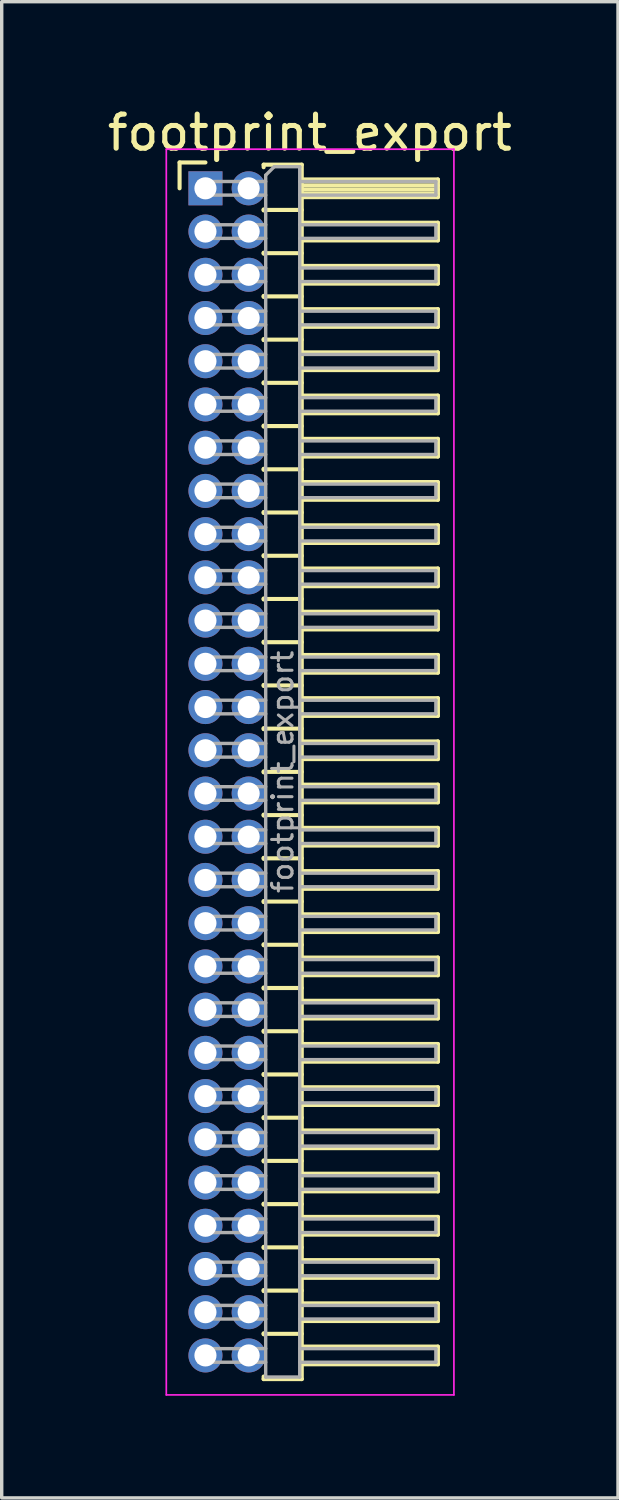
<source format=kicad_pcb>
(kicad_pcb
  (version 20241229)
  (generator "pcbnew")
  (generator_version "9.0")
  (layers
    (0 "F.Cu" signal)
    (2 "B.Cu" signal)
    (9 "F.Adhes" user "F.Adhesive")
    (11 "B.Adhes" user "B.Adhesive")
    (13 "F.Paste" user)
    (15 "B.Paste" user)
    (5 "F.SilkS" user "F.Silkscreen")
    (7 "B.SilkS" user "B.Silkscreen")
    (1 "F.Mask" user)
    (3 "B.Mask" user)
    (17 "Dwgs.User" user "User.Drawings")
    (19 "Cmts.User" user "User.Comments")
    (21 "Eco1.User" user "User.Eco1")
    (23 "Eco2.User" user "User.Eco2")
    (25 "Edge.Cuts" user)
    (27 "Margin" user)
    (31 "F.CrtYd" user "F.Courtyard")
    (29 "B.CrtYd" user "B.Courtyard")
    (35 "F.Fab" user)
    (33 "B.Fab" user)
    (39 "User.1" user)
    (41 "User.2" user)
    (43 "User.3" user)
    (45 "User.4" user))
  (footprint "footprint_export"
    (layer "F.Cu")
    (at 2.986 2.483)
    (property "Reference" "footprint_export" (at 3.067 -1.635 0) (layer "F.SilkS") (effects (font (size 1 1) (thickness 0.15))))
    (attr through_hole)
    (fp_line (start -0.76 -0.76) (end 0 -0.76) (stroke (width 0.12) (type solid)) (layer "F.SilkS"))
    (fp_line (start -0.76 0) (end -0.76 -0.76) (stroke (width 0.12) (type solid)) (layer "F.SilkS"))
    (fp_line (start 1.71 -0.695) (end 2.83 -0.695) (stroke (width 0.12) (type solid)) (layer "F.SilkS"))
    (fp_line (start 1.71 -0.62) (end 1.71 -0.695) (stroke (width 0.12) (type solid)) (layer "F.SilkS"))
    (fp_line (start 1.71 0.62) (end 1.71 0.65) (stroke (width 0.12) (type solid)) (layer "F.SilkS"))
    (fp_line (start 1.71 0.635) (end 2.83 0.635) (stroke (width 0.12) (type solid)) (layer "F.SilkS"))
    (fp_line (start 1.71 1.89) (end 1.71 1.92) (stroke (width 0.12) (type solid)) (layer "F.SilkS"))
    (fp_line (start 1.71 1.905) (end 2.83 1.905) (stroke (width 0.12) (type solid)) (layer "F.SilkS"))
    (fp_line (start 1.71 3.16) (end 1.71 3.19) (stroke (width 0.12) (type solid)) (layer "F.SilkS"))
    (fp_line (start 1.71 3.175) (end 2.83 3.175) (stroke (width 0.12) (type solid)) (layer "F.SilkS"))
    (fp_line (start 1.71 4.43) (end 1.71 4.46) (stroke (width 0.12) (type solid)) (layer "F.SilkS"))
    (fp_line (start 1.71 4.445) (end 2.83 4.445) (stroke (width 0.12) (type solid)) (layer "F.SilkS"))
    (fp_line (start 1.71 5.7) (end 1.71 5.73) (stroke (width 0.12) (type solid)) (layer "F.SilkS"))
    (fp_line (start 1.71 5.715) (end 2.83 5.715) (stroke (width 0.12) (type solid)) (layer "F.SilkS"))
    (fp_line (start 1.71 6.97) (end 1.71 7) (stroke (width 0.12) (type solid)) (layer "F.SilkS"))
    (fp_line (start 1.71 6.985) (end 2.83 6.985) (stroke (width 0.12) (type solid)) (layer "F.SilkS"))
    (fp_line (start 1.71 8.24) (end 1.71 8.27) (stroke (width 0.12) (type solid)) (layer "F.SilkS"))
    (fp_line (start 1.71 8.255) (end 2.83 8.255) (stroke (width 0.12) (type solid)) (layer "F.SilkS"))
    (fp_line (start 1.71 9.51) (end 1.71 9.54) (stroke (width 0.12) (type solid)) (layer "F.SilkS"))
    (fp_line (start 1.71 9.525) (end 2.83 9.525) (stroke (width 0.12) (type solid)) (layer "F.SilkS"))
    (fp_line (start 1.71 10.78) (end 1.71 10.81) (stroke (width 0.12) (type solid)) (layer "F.SilkS"))
    (fp_line (start 1.71 10.795) (end 2.83 10.795) (stroke (width 0.12) (type solid)) (layer "F.SilkS"))
    (fp_line (start 1.71 12.05) (end 1.71 12.08) (stroke (width 0.12) (type solid)) (layer "F.SilkS"))
    (fp_line (start 1.71 12.065) (end 2.83 12.065) (stroke (width 0.12) (type solid)) (layer "F.SilkS"))
    (fp_line (start 1.71 13.32) (end 1.71 13.35) (stroke (width 0.12) (type solid)) (layer "F.SilkS"))
    (fp_line (start 1.71 13.335) (end 2.83 13.335) (stroke (width 0.12) (type solid)) (layer "F.SilkS"))
    (fp_line (start 1.71 14.59) (end 1.71 14.62) (stroke (width 0.12) (type solid)) (layer "F.SilkS"))
    (fp_line (start 1.71 14.605) (end 2.83 14.605) (stroke (width 0.12) (type solid)) (layer "F.SilkS"))
    (fp_line (start 1.71 15.86) (end 1.71 15.89) (stroke (width 0.12) (type solid)) (layer "F.SilkS"))
    (fp_line (start 1.71 15.875) (end 2.83 15.875) (stroke (width 0.12) (type solid)) (layer "F.SilkS"))
    (fp_line (start 1.71 17.13) (end 1.71 17.16) (stroke (width 0.12) (type solid)) (layer "F.SilkS"))
    (fp_line (start 1.71 17.145) (end 2.83 17.145) (stroke (width 0.12) (type solid)) (layer "F.SilkS"))
    (fp_line (start 1.71 18.4) (end 1.71 18.43) (stroke (width 0.12) (type solid)) (layer "F.SilkS"))
    (fp_line (start 1.71 18.415) (end 2.83 18.415) (stroke (width 0.12) (type solid)) (layer "F.SilkS"))
    (fp_line (start 1.71 19.67) (end 1.71 19.7) (stroke (width 0.12) (type solid)) (layer "F.SilkS"))
    (fp_line (start 1.71 19.685) (end 2.83 19.685) (stroke (width 0.12) (type solid)) (layer "F.SilkS"))
    (fp_line (start 1.71 20.94) (end 1.71 20.97) (stroke (width 0.12) (type solid)) (layer "F.SilkS"))
    (fp_line (start 1.71 20.955) (end 2.83 20.955) (stroke (width 0.12) (type solid)) (layer "F.SilkS"))
    (fp_line (start 1.71 22.21) (end 1.71 22.24) (stroke (width 0.12) (type solid)) (layer "F.SilkS"))
    (fp_line (start 1.71 22.225) (end 2.83 22.225) (stroke (width 0.12) (type solid)) (layer "F.SilkS"))
    (fp_line (start 1.71 23.48) (end 1.71 23.51) (stroke (width 0.12) (type solid)) (layer "F.SilkS"))
    (fp_line (start 1.71 23.495) (end 2.83 23.495) (stroke (width 0.12) (type solid)) (layer "F.SilkS"))
    (fp_line (start 1.71 24.75) (end 1.71 24.78) (stroke (width 0.12) (type solid)) (layer "F.SilkS"))
    (fp_line (start 1.71 24.765) (end 2.83 24.765) (stroke (width 0.12) (type solid)) (layer "F.SilkS"))
    (fp_line (start 1.71 26.02) (end 1.71 26.05) (stroke (width 0.12) (type solid)) (layer "F.SilkS"))
    (fp_line (start 1.71 26.035) (end 2.83 26.035) (stroke (width 0.12) (type solid)) (layer "F.SilkS"))
    (fp_line (start 1.71 27.29) (end 1.71 27.32) (stroke (width 0.12) (type solid)) (layer "F.SilkS"))
    (fp_line (start 1.71 27.305) (end 2.83 27.305) (stroke (width 0.12) (type solid)) (layer "F.SilkS"))
    (fp_line (start 1.71 28.56) (end 1.71 28.59) (stroke (width 0.12) (type solid)) (layer "F.SilkS"))
    (fp_line (start 1.71 28.575) (end 2.83 28.575) (stroke (width 0.12) (type solid)) (layer "F.SilkS"))
    (fp_line (start 1.71 29.83) (end 1.71 29.86) (stroke (width 0.12) (type solid)) (layer "F.SilkS"))
    (fp_line (start 1.71 29.845) (end 2.83 29.845) (stroke (width 0.12) (type solid)) (layer "F.SilkS"))
    (fp_line (start 1.71 31.1) (end 1.71 31.13) (stroke (width 0.12) (type solid)) (layer "F.SilkS"))
    (fp_line (start 1.71 31.115) (end 2.83 31.115) (stroke (width 0.12) (type solid)) (layer "F.SilkS"))
    (fp_line (start 1.71 32.37) (end 1.71 32.4) (stroke (width 0.12) (type solid)) (layer "F.SilkS"))
    (fp_line (start 1.71 32.385) (end 2.83 32.385) (stroke (width 0.12) (type solid)) (layer "F.SilkS"))
    (fp_line (start 1.71 33.64) (end 1.71 33.67) (stroke (width 0.12) (type solid)) (layer "F.SilkS"))
    (fp_line (start 1.71 33.655) (end 2.83 33.655) (stroke (width 0.12) (type solid)) (layer "F.SilkS"))
    (fp_line (start 1.71 34.985) (end 1.71 34.91) (stroke (width 0.12) (type solid)) (layer "F.SilkS"))
    (fp_line (start 2.83 -0.695) (end 2.83 34.985) (stroke (width 0.12) (type solid)) (layer "F.SilkS"))
    (fp_line (start 2.83 -0.26) (end 6.83 -0.26) (stroke (width 0.12) (type solid)) (layer "F.SilkS"))
    (fp_line (start 2.83 -0.2) (end 6.83 -0.2) (stroke (width 0.12) (type solid)) (layer "F.SilkS"))
    (fp_line (start 2.83 -0.08) (end 6.83 -0.08) (stroke (width 0.12) (type solid)) (layer "F.SilkS"))
    (fp_line (start 2.83 0.04) (end 6.83 0.04) (stroke (width 0.12) (type solid)) (layer "F.SilkS"))
    (fp_line (start 2.83 0.16) (end 6.83 0.16) (stroke (width 0.12) (type solid)) (layer "F.SilkS"))
    (fp_line (start 2.83 1.01) (end 6.83 1.01) (stroke (width 0.12) (type solid)) (layer "F.SilkS"))
    (fp_line (start 2.83 2.28) (end 6.83 2.28) (stroke (width 0.12) (type solid)) (layer "F.SilkS"))
    (fp_line (start 2.83 3.55) (end 6.83 3.55) (stroke (width 0.12) (type solid)) (layer "F.SilkS"))
    (fp_line (start 2.83 4.82) (end 6.83 4.82) (stroke (width 0.12) (type solid)) (layer "F.SilkS"))
    (fp_line (start 2.83 6.09) (end 6.83 6.09) (stroke (width 0.12) (type solid)) (layer "F.SilkS"))
    (fp_line (start 2.83 7.36) (end 6.83 7.36) (stroke (width 0.12) (type solid)) (layer "F.SilkS"))
    (fp_line (start 2.83 8.63) (end 6.83 8.63) (stroke (width 0.12) (type solid)) (layer "F.SilkS"))
    (fp_line (start 2.83 9.9) (end 6.83 9.9) (stroke (width 0.12) (type solid)) (layer "F.SilkS"))
    (fp_line (start 2.83 11.17) (end 6.83 11.17) (stroke (width 0.12) (type solid)) (layer "F.SilkS"))
    (fp_line (start 2.83 12.44) (end 6.83 12.44) (stroke (width 0.12) (type solid)) (layer "F.SilkS"))
    (fp_line (start 2.83 13.71) (end 6.83 13.71) (stroke (width 0.12) (type solid)) (layer "F.SilkS"))
    (fp_line (start 2.83 14.98) (end 6.83 14.98) (stroke (width 0.12) (type solid)) (layer "F.SilkS"))
    (fp_line (start 2.83 16.25) (end 6.83 16.25) (stroke (width 0.12) (type solid)) (layer "F.SilkS"))
    (fp_line (start 2.83 17.52) (end 6.83 17.52) (stroke (width 0.12) (type solid)) (layer "F.SilkS"))
    (fp_line (start 2.83 18.79) (end 6.83 18.79) (stroke (width 0.12) (type solid)) (layer "F.SilkS"))
    (fp_line (start 2.83 20.06) (end 6.83 20.06) (stroke (width 0.12) (type solid)) (layer "F.SilkS"))
    (fp_line (start 2.83 21.33) (end 6.83 21.33) (stroke (width 0.12) (type solid)) (layer "F.SilkS"))
    (fp_line (start 2.83 22.6) (end 6.83 22.6) (stroke (width 0.12) (type solid)) (layer "F.SilkS"))
    (fp_line (start 2.83 23.87) (end 6.83 23.87) (stroke (width 0.12) (type solid)) (layer "F.SilkS"))
    (fp_line (start 2.83 25.14) (end 6.83 25.14) (stroke (width 0.12) (type solid)) (layer "F.SilkS"))
    (fp_line (start 2.83 26.41) (end 6.83 26.41) (stroke (width 0.12) (type solid)) (layer "F.SilkS"))
    (fp_line (start 2.83 27.68) (end 6.83 27.68) (stroke (width 0.12) (type solid)) (layer "F.SilkS"))
    (fp_line (start 2.83 28.95) (end 6.83 28.95) (stroke (width 0.12) (type solid)) (layer "F.SilkS"))
    (fp_line (start 2.83 30.22) (end 6.83 30.22) (stroke (width 0.12) (type solid)) (layer "F.SilkS"))
    (fp_line (start 2.83 31.49) (end 6.83 31.49) (stroke (width 0.12) (type solid)) (layer "F.SilkS"))
    (fp_line (start 2.83 32.76) (end 6.83 32.76) (stroke (width 0.12) (type solid)) (layer "F.SilkS"))
    (fp_line (start 2.83 34.03) (end 6.83 34.03) (stroke (width 0.12) (type solid)) (layer "F.SilkS"))
    (fp_line (start 2.83 34.985) (end 1.71 34.985) (stroke (width 0.12) (type solid)) (layer "F.SilkS"))
    (fp_line (start 6.83 -0.26) (end 6.83 0.26) (stroke (width 0.12) (type solid)) (layer "F.SilkS"))
    (fp_line (start 6.83 0.26) (end 2.83 0.26) (stroke (width 0.12) (type solid)) (layer "F.SilkS"))
    (fp_line (start 6.83 1.01) (end 6.83 1.53) (stroke (width 0.12) (type solid)) (layer "F.SilkS"))
    (fp_line (start 6.83 1.53) (end 2.83 1.53) (stroke (width 0.12) (type solid)) (layer "F.SilkS"))
    (fp_line (start 6.83 2.28) (end 6.83 2.8) (stroke (width 0.12) (type solid)) (layer "F.SilkS"))
    (fp_line (start 6.83 2.8) (end 2.83 2.8) (stroke (width 0.12) (type solid)) (layer "F.SilkS"))
    (fp_line (start 6.83 3.55) (end 6.83 4.07) (stroke (width 0.12) (type solid)) (layer "F.SilkS"))
    (fp_line (start 6.83 4.07) (end 2.83 4.07) (stroke (width 0.12) (type solid)) (layer "F.SilkS"))
    (fp_line (start 6.83 4.82) (end 6.83 5.34) (stroke (width 0.12) (type solid)) (layer "F.SilkS"))
    (fp_line (start 6.83 5.34) (end 2.83 5.34) (stroke (width 0.12) (type solid)) (layer "F.SilkS"))
    (fp_line (start 6.83 6.09) (end 6.83 6.61) (stroke (width 0.12) (type solid)) (layer "F.SilkS"))
    (fp_line (start 6.83 6.61) (end 2.83 6.61) (stroke (width 0.12) (type solid)) (layer "F.SilkS"))
    (fp_line (start 6.83 7.36) (end 6.83 7.88) (stroke (width 0.12) (type solid)) (layer "F.SilkS"))
    (fp_line (start 6.83 7.88) (end 2.83 7.88) (stroke (width 0.12) (type solid)) (layer "F.SilkS"))
    (fp_line (start 6.83 8.63) (end 6.83 9.15) (stroke (width 0.12) (type solid)) (layer "F.SilkS"))
    (fp_line (start 6.83 9.15) (end 2.83 9.15) (stroke (width 0.12) (type solid)) (layer "F.SilkS"))
    (fp_line (start 6.83 9.9) (end 6.83 10.42) (stroke (width 0.12) (type solid)) (layer "F.SilkS"))
    (fp_line (start 6.83 10.42) (end 2.83 10.42) (stroke (width 0.12) (type solid)) (layer "F.SilkS"))
    (fp_line (start 6.83 11.17) (end 6.83 11.69) (stroke (width 0.12) (type solid)) (layer "F.SilkS"))
    (fp_line (start 6.83 11.69) (end 2.83 11.69) (stroke (width 0.12) (type solid)) (layer "F.SilkS"))
    (fp_line (start 6.83 12.44) (end 6.83 12.96) (stroke (width 0.12) (type solid)) (layer "F.SilkS"))
    (fp_line (start 6.83 12.96) (end 2.83 12.96) (stroke (width 0.12) (type solid)) (layer "F.SilkS"))
    (fp_line (start 6.83 13.71) (end 6.83 14.23) (stroke (width 0.12) (type solid)) (layer "F.SilkS"))
    (fp_line (start 6.83 14.23) (end 2.83 14.23) (stroke (width 0.12) (type solid)) (layer "F.SilkS"))
    (fp_line (start 6.83 14.98) (end 6.83 15.5) (stroke (width 0.12) (type solid)) (layer "F.SilkS"))
    (fp_line (start 6.83 15.5) (end 2.83 15.5) (stroke (width 0.12) (type solid)) (layer "F.SilkS"))
    (fp_line (start 6.83 16.25) (end 6.83 16.77) (stroke (width 0.12) (type solid)) (layer "F.SilkS"))
    (fp_line (start 6.83 16.77) (end 2.83 16.77) (stroke (width 0.12) (type solid)) (layer "F.SilkS"))
    (fp_line (start 6.83 17.52) (end 6.83 18.04) (stroke (width 0.12) (type solid)) (layer "F.SilkS"))
    (fp_line (start 6.83 18.04) (end 2.83 18.04) (stroke (width 0.12) (type solid)) (layer "F.SilkS"))
    (fp_line (start 6.83 18.79) (end 6.83 19.31) (stroke (width 0.12) (type solid)) (layer "F.SilkS"))
    (fp_line (start 6.83 19.31) (end 2.83 19.31) (stroke (width 0.12) (type solid)) (layer "F.SilkS"))
    (fp_line (start 6.83 20.06) (end 6.83 20.58) (stroke (width 0.12) (type solid)) (layer "F.SilkS"))
    (fp_line (start 6.83 20.58) (end 2.83 20.58) (stroke (width 0.12) (type solid)) (layer "F.SilkS"))
    (fp_line (start 6.83 21.33) (end 6.83 21.85) (stroke (width 0.12) (type solid)) (layer "F.SilkS"))
    (fp_line (start 6.83 21.85) (end 2.83 21.85) (stroke (width 0.12) (type solid)) (layer "F.SilkS"))
    (fp_line (start 6.83 22.6) (end 6.83 23.12) (stroke (width 0.12) (type solid)) (layer "F.SilkS"))
    (fp_line (start 6.83 23.12) (end 2.83 23.12) (stroke (width 0.12) (type solid)) (layer "F.SilkS"))
    (fp_line (start 6.83 23.87) (end 6.83 24.39) (stroke (width 0.12) (type solid)) (layer "F.SilkS"))
    (fp_line (start 6.83 24.39) (end 2.83 24.39) (stroke (width 0.12) (type solid)) (layer "F.SilkS"))
    (fp_line (start 6.83 25.14) (end 6.83 25.66) (stroke (width 0.12) (type solid)) (layer "F.SilkS"))
    (fp_line (start 6.83 25.66) (end 2.83 25.66) (stroke (width 0.12) (type solid)) (layer "F.SilkS"))
    (fp_line (start 6.83 26.41) (end 6.83 26.93) (stroke (width 0.12) (type solid)) (layer "F.SilkS"))
    (fp_line (start 6.83 26.93) (end 2.83 26.93) (stroke (width 0.12) (type solid)) (layer "F.SilkS"))
    (fp_line (start 6.83 27.68) (end 6.83 28.2) (stroke (width 0.12) (type solid)) (layer "F.SilkS"))
    (fp_line (start 6.83 28.2) (end 2.83 28.2) (stroke (width 0.12) (type solid)) (layer "F.SilkS"))
    (fp_line (start 6.83 28.95) (end 6.83 29.47) (stroke (width 0.12) (type solid)) (layer "F.SilkS"))
    (fp_line (start 6.83 29.47) (end 2.83 29.47) (stroke (width 0.12) (type solid)) (layer "F.SilkS"))
    (fp_line (start 6.83 30.22) (end 6.83 30.74) (stroke (width 0.12) (type solid)) (layer "F.SilkS"))
    (fp_line (start 6.83 30.74) (end 2.83 30.74) (stroke (width 0.12) (type solid)) (layer "F.SilkS"))
    (fp_line (start 6.83 31.49) (end 6.83 32.01) (stroke (width 0.12) (type solid)) (layer "F.SilkS"))
    (fp_line (start 6.83 32.01) (end 2.83 32.01) (stroke (width 0.12) (type solid)) (layer "F.SilkS"))
    (fp_line (start 6.83 32.76) (end 6.83 33.28) (stroke (width 0.12) (type solid)) (layer "F.SilkS"))
    (fp_line (start 6.83 33.28) (end 2.83 33.28) (stroke (width 0.12) (type solid)) (layer "F.SilkS"))
    (fp_line (start 6.83 34.03) (end 6.83 34.55) (stroke (width 0.12) (type solid)) (layer "F.SilkS"))
    (fp_line (start 6.83 34.55) (end 2.83 34.55) (stroke (width 0.12) (type solid)) (layer "F.SilkS"))
    (fp_line (start -1.15 -1.15) (end -1.15 35.45) (stroke (width 0.05) (type solid)) (layer "F.CrtYd"))
    (fp_line (start -1.15 35.45) (end 7.3 35.45) (stroke (width 0.05) (type solid)) (layer "F.CrtYd"))
    (fp_line (start 7.3 -1.15) (end -1.15 -1.15) (stroke (width 0.05) (type solid)) (layer "F.CrtYd"))
    (fp_line (start 7.3 35.45) (end 7.3 -1.15) (stroke (width 0.05) (type solid)) (layer "F.CrtYd"))
    (fp_line (start -0.2 -0.2) (end -0.2 0.2) (stroke (width 0.1) (type solid)) (layer "F.Fab"))
    (fp_line (start -0.2 -0.2) (end 1.77 -0.2) (stroke (width 0.1) (type solid)) (layer "F.Fab"))
    (fp_line (start -0.2 0.2) (end 1.77 0.2) (stroke (width 0.1) (type solid)) (layer "F.Fab"))
    (fp_line (start -0.2 1.07) (end -0.2 1.47) (stroke (width 0.1) (type solid)) (layer "F.Fab"))
    (fp_line (start -0.2 1.07) (end 1.77 1.07) (stroke (width 0.1) (type solid)) (layer "F.Fab"))
    (fp_line (start -0.2 1.47) (end 1.77 1.47) (stroke (width 0.1) (type solid)) (layer "F.Fab"))
    (fp_line (start -0.2 2.34) (end -0.2 2.74) (stroke (width 0.1) (type solid)) (layer "F.Fab"))
    (fp_line (start -0.2 2.34) (end 1.77 2.34) (stroke (width 0.1) (type solid)) (layer "F.Fab"))
    (fp_line (start -0.2 2.74) (end 1.77 2.74) (stroke (width 0.1) (type solid)) (layer "F.Fab"))
    (fp_line (start -0.2 3.61) (end -0.2 4.01) (stroke (width 0.1) (type solid)) (layer "F.Fab"))
    (fp_line (start -0.2 3.61) (end 1.77 3.61) (stroke (width 0.1) (type solid)) (layer "F.Fab"))
    (fp_line (start -0.2 4.01) (end 1.77 4.01) (stroke (width 0.1) (type solid)) (layer "F.Fab"))
    (fp_line (start -0.2 4.88) (end -0.2 5.28) (stroke (width 0.1) (type solid)) (layer "F.Fab"))
    (fp_line (start -0.2 4.88) (end 1.77 4.88) (stroke (width 0.1) (type solid)) (layer "F.Fab"))
    (fp_line (start -0.2 5.28) (end 1.77 5.28) (stroke (width 0.1) (type solid)) (layer "F.Fab"))
    (fp_line (start -0.2 6.15) (end -0.2 6.55) (stroke (width 0.1) (type solid)) (layer "F.Fab"))
    (fp_line (start -0.2 6.15) (end 1.77 6.15) (stroke (width 0.1) (type solid)) (layer "F.Fab"))
    (fp_line (start -0.2 6.55) (end 1.77 6.55) (stroke (width 0.1) (type solid)) (layer "F.Fab"))
    (fp_line (start -0.2 7.42) (end -0.2 7.82) (stroke (width 0.1) (type solid)) (layer "F.Fab"))
    (fp_line (start -0.2 7.42) (end 1.77 7.42) (stroke (width 0.1) (type solid)) (layer "F.Fab"))
    (fp_line (start -0.2 7.82) (end 1.77 7.82) (stroke (width 0.1) (type solid)) (layer "F.Fab"))
    (fp_line (start -0.2 8.69) (end -0.2 9.09) (stroke (width 0.1) (type solid)) (layer "F.Fab"))
    (fp_line (start -0.2 8.69) (end 1.77 8.69) (stroke (width 0.1) (type solid)) (layer "F.Fab"))
    (fp_line (start -0.2 9.09) (end 1.77 9.09) (stroke (width 0.1) (type solid)) (layer "F.Fab"))
    (fp_line (start -0.2 9.96) (end -0.2 10.36) (stroke (width 0.1) (type solid)) (layer "F.Fab"))
    (fp_line (start -0.2 9.96) (end 1.77 9.96) (stroke (width 0.1) (type solid)) (layer "F.Fab"))
    (fp_line (start -0.2 10.36) (end 1.77 10.36) (stroke (width 0.1) (type solid)) (layer "F.Fab"))
    (fp_line (start -0.2 11.23) (end -0.2 11.63) (stroke (width 0.1) (type solid)) (layer "F.Fab"))
    (fp_line (start -0.2 11.23) (end 1.77 11.23) (stroke (width 0.1) (type solid)) (layer "F.Fab"))
    (fp_line (start -0.2 11.63) (end 1.77 11.63) (stroke (width 0.1) (type solid)) (layer "F.Fab"))
    (fp_line (start -0.2 12.5) (end -0.2 12.9) (stroke (width 0.1) (type solid)) (layer "F.Fab"))
    (fp_line (start -0.2 12.5) (end 1.77 12.5) (stroke (width 0.1) (type solid)) (layer "F.Fab"))
    (fp_line (start -0.2 12.9) (end 1.77 12.9) (stroke (width 0.1) (type solid)) (layer "F.Fab"))
    (fp_line (start -0.2 13.77) (end -0.2 14.17) (stroke (width 0.1) (type solid)) (layer "F.Fab"))
    (fp_line (start -0.2 13.77) (end 1.77 13.77) (stroke (width 0.1) (type solid)) (layer "F.Fab"))
    (fp_line (start -0.2 14.17) (end 1.77 14.17) (stroke (width 0.1) (type solid)) (layer "F.Fab"))
    (fp_line (start -0.2 15.04) (end -0.2 15.44) (stroke (width 0.1) (type solid)) (layer "F.Fab"))
    (fp_line (start -0.2 15.04) (end 1.77 15.04) (stroke (width 0.1) (type solid)) (layer "F.Fab"))
    (fp_line (start -0.2 15.44) (end 1.77 15.44) (stroke (width 0.1) (type solid)) (layer "F.Fab"))
    (fp_line (start -0.2 16.31) (end -0.2 16.71) (stroke (width 0.1) (type solid)) (layer "F.Fab"))
    (fp_line (start -0.2 16.31) (end 1.77 16.31) (stroke (width 0.1) (type solid)) (layer "F.Fab"))
    (fp_line (start -0.2 16.71) (end 1.77 16.71) (stroke (width 0.1) (type solid)) (layer "F.Fab"))
    (fp_line (start -0.2 17.58) (end -0.2 17.98) (stroke (width 0.1) (type solid)) (layer "F.Fab"))
    (fp_line (start -0.2 17.58) (end 1.77 17.58) (stroke (width 0.1) (type solid)) (layer "F.Fab"))
    (fp_line (start -0.2 17.98) (end 1.77 17.98) (stroke (width 0.1) (type solid)) (layer "F.Fab"))
    (fp_line (start -0.2 18.85) (end -0.2 19.25) (stroke (width 0.1) (type solid)) (layer "F.Fab"))
    (fp_line (start -0.2 18.85) (end 1.77 18.85) (stroke (width 0.1) (type solid)) (layer "F.Fab"))
    (fp_line (start -0.2 19.25) (end 1.77 19.25) (stroke (width 0.1) (type solid)) (layer "F.Fab"))
    (fp_line (start -0.2 20.12) (end -0.2 20.52) (stroke (width 0.1) (type solid)) (layer "F.Fab"))
    (fp_line (start -0.2 20.12) (end 1.77 20.12) (stroke (width 0.1) (type solid)) (layer "F.Fab"))
    (fp_line (start -0.2 20.52) (end 1.77 20.52) (stroke (width 0.1) (type solid)) (layer "F.Fab"))
    (fp_line (start -0.2 21.39) (end -0.2 21.79) (stroke (width 0.1) (type solid)) (layer "F.Fab"))
    (fp_line (start -0.2 21.39) (end 1.77 21.39) (stroke (width 0.1) (type solid)) (layer "F.Fab"))
    (fp_line (start -0.2 21.79) (end 1.77 21.79) (stroke (width 0.1) (type solid)) (layer "F.Fab"))
    (fp_line (start -0.2 22.66) (end -0.2 23.06) (stroke (width 0.1) (type solid)) (layer "F.Fab"))
    (fp_line (start -0.2 22.66) (end 1.77 22.66) (stroke (width 0.1) (type solid)) (layer "F.Fab"))
    (fp_line (start -0.2 23.06) (end 1.77 23.06) (stroke (width 0.1) (type solid)) (layer "F.Fab"))
    (fp_line (start -0.2 23.93) (end -0.2 24.33) (stroke (width 0.1) (type solid)) (layer "F.Fab"))
    (fp_line (start -0.2 23.93) (end 1.77 23.93) (stroke (width 0.1) (type solid)) (layer "F.Fab"))
    (fp_line (start -0.2 24.33) (end 1.77 24.33) (stroke (width 0.1) (type solid)) (layer "F.Fab"))
    (fp_line (start -0.2 25.2) (end -0.2 25.6) (stroke (width 0.1) (type solid)) (layer "F.Fab"))
    (fp_line (start -0.2 25.2) (end 1.77 25.2) (stroke (width 0.1) (type solid)) (layer "F.Fab"))
    (fp_line (start -0.2 25.6) (end 1.77 25.6) (stroke (width 0.1) (type solid)) (layer "F.Fab"))
    (fp_line (start -0.2 26.47) (end -0.2 26.87) (stroke (width 0.1) (type solid)) (layer "F.Fab"))
    (fp_line (start -0.2 26.47) (end 1.77 26.47) (stroke (width 0.1) (type solid)) (layer "F.Fab"))
    (fp_line (start -0.2 26.87) (end 1.77 26.87) (stroke (width 0.1) (type solid)) (layer "F.Fab"))
    (fp_line (start -0.2 27.74) (end -0.2 28.14) (stroke (width 0.1) (type solid)) (layer "F.Fab"))
    (fp_line (start -0.2 27.74) (end 1.77 27.74) (stroke (width 0.1) (type solid)) (layer "F.Fab"))
    (fp_line (start -0.2 28.14) (end 1.77 28.14) (stroke (width 0.1) (type solid)) (layer "F.Fab"))
    (fp_line (start -0.2 29.01) (end -0.2 29.41) (stroke (width 0.1) (type solid)) (layer "F.Fab"))
    (fp_line (start -0.2 29.01) (end 1.77 29.01) (stroke (width 0.1) (type solid)) (layer "F.Fab"))
    (fp_line (start -0.2 29.41) (end 1.77 29.41) (stroke (width 0.1) (type solid)) (layer "F.Fab"))
    (fp_line (start -0.2 30.28) (end -0.2 30.68) (stroke (width 0.1) (type solid)) (layer "F.Fab"))
    (fp_line (start -0.2 30.28) (end 1.77 30.28) (stroke (width 0.1) (type solid)) (layer "F.Fab"))
    (fp_line (start -0.2 30.68) (end 1.77 30.68) (stroke (width 0.1) (type solid)) (layer "F.Fab"))
    (fp_line (start -0.2 31.55) (end -0.2 31.95) (stroke (width 0.1) (type solid)) (layer "F.Fab"))
    (fp_line (start -0.2 31.55) (end 1.77 31.55) (stroke (width 0.1) (type solid)) (layer "F.Fab"))
    (fp_line (start -0.2 31.95) (end 1.77 31.95) (stroke (width 0.1) (type solid)) (layer "F.Fab"))
    (fp_line (start -0.2 32.82) (end -0.2 33.22) (stroke (width 0.1) (type solid)) (layer "F.Fab"))
    (fp_line (start -0.2 32.82) (end 1.77 32.82) (stroke (width 0.1) (type solid)) (layer "F.Fab"))
    (fp_line (start -0.2 33.22) (end 1.77 33.22) (stroke (width 0.1) (type solid)) (layer "F.Fab"))
    (fp_line (start -0.2 34.09) (end -0.2 34.49) (stroke (width 0.1) (type solid)) (layer "F.Fab"))
    (fp_line (start -0.2 34.09) (end 1.77 34.09) (stroke (width 0.1) (type solid)) (layer "F.Fab"))
    (fp_line (start -0.2 34.49) (end 1.77 34.49) (stroke (width 0.1) (type solid)) (layer "F.Fab"))
    (fp_line (start 1.77 -0.385) (end 2.02 -0.635) (stroke (width 0.1) (type solid)) (layer "F.Fab"))
    (fp_line (start 1.77 34.925) (end 1.77 -0.385) (stroke (width 0.1) (type solid)) (layer "F.Fab"))
    (fp_line (start 2.02 -0.635) (end 2.77 -0.635) (stroke (width 0.1) (type solid)) (layer "F.Fab"))
    (fp_line (start 2.77 -0.635) (end 2.77 34.925) (stroke (width 0.1) (type solid)) (layer "F.Fab"))
    (fp_line (start 2.77 -0.2) (end 6.77 -0.2) (stroke (width 0.1) (type solid)) (layer "F.Fab"))
    (fp_line (start 2.77 0.2) (end 6.77 0.2) (stroke (width 0.1) (type solid)) (layer "F.Fab"))
    (fp_line (start 2.77 1.07) (end 6.77 1.07) (stroke (width 0.1) (type solid)) (layer "F.Fab"))
    (fp_line (start 2.77 1.47) (end 6.77 1.47) (stroke (width 0.1) (type solid)) (layer "F.Fab"))
    (fp_line (start 2.77 2.34) (end 6.77 2.34) (stroke (width 0.1) (type solid)) (layer "F.Fab"))
    (fp_line (start 2.77 2.74) (end 6.77 2.74) (stroke (width 0.1) (type solid)) (layer "F.Fab"))
    (fp_line (start 2.77 3.61) (end 6.77 3.61) (stroke (width 0.1) (type solid)) (layer "F.Fab"))
    (fp_line (start 2.77 4.01) (end 6.77 4.01) (stroke (width 0.1) (type solid)) (layer "F.Fab"))
    (fp_line (start 2.77 4.88) (end 6.77 4.88) (stroke (width 0.1) (type solid)) (layer "F.Fab"))
    (fp_line (start 2.77 5.28) (end 6.77 5.28) (stroke (width 0.1) (type solid)) (layer "F.Fab"))
    (fp_line (start 2.77 6.15) (end 6.77 6.15) (stroke (width 0.1) (type solid)) (layer "F.Fab"))
    (fp_line (start 2.77 6.55) (end 6.77 6.55) (stroke (width 0.1) (type solid)) (layer "F.Fab"))
    (fp_line (start 2.77 7.42) (end 6.77 7.42) (stroke (width 0.1) (type solid)) (layer "F.Fab"))
    (fp_line (start 2.77 7.82) (end 6.77 7.82) (stroke (width 0.1) (type solid)) (layer "F.Fab"))
    (fp_line (start 2.77 8.69) (end 6.77 8.69) (stroke (width 0.1) (type solid)) (layer "F.Fab"))
    (fp_line (start 2.77 9.09) (end 6.77 9.09) (stroke (width 0.1) (type solid)) (layer "F.Fab"))
    (fp_line (start 2.77 9.96) (end 6.77 9.96) (stroke (width 0.1) (type solid)) (layer "F.Fab"))
    (fp_line (start 2.77 10.36) (end 6.77 10.36) (stroke (width 0.1) (type solid)) (layer "F.Fab"))
    (fp_line (start 2.77 11.23) (end 6.77 11.23) (stroke (width 0.1) (type solid)) (layer "F.Fab"))
    (fp_line (start 2.77 11.63) (end 6.77 11.63) (stroke (width 0.1) (type solid)) (layer "F.Fab"))
    (fp_line (start 2.77 12.5) (end 6.77 12.5) (stroke (width 0.1) (type solid)) (layer "F.Fab"))
    (fp_line (start 2.77 12.9) (end 6.77 12.9) (stroke (width 0.1) (type solid)) (layer "F.Fab"))
    (fp_line (start 2.77 13.77) (end 6.77 13.77) (stroke (width 0.1) (type solid)) (layer "F.Fab"))
    (fp_line (start 2.77 14.17) (end 6.77 14.17) (stroke (width 0.1) (type solid)) (layer "F.Fab"))
    (fp_line (start 2.77 15.04) (end 6.77 15.04) (stroke (width 0.1) (type solid)) (layer "F.Fab"))
    (fp_line (start 2.77 15.44) (end 6.77 15.44) (stroke (width 0.1) (type solid)) (layer "F.Fab"))
    (fp_line (start 2.77 16.31) (end 6.77 16.31) (stroke (width 0.1) (type solid)) (layer "F.Fab"))
    (fp_line (start 2.77 16.71) (end 6.77 16.71) (stroke (width 0.1) (type solid)) (layer "F.Fab"))
    (fp_line (start 2.77 17.58) (end 6.77 17.58) (stroke (width 0.1) (type solid)) (layer "F.Fab"))
    (fp_line (start 2.77 17.98) (end 6.77 17.98) (stroke (width 0.1) (type solid)) (layer "F.Fab"))
    (fp_line (start 2.77 18.85) (end 6.77 18.85) (stroke (width 0.1) (type solid)) (layer "F.Fab"))
    (fp_line (start 2.77 19.25) (end 6.77 19.25) (stroke (width 0.1) (type solid)) (layer "F.Fab"))
    (fp_line (start 2.77 20.12) (end 6.77 20.12) (stroke (width 0.1) (type solid)) (layer "F.Fab"))
    (fp_line (start 2.77 20.52) (end 6.77 20.52) (stroke (width 0.1) (type solid)) (layer "F.Fab"))
    (fp_line (start 2.77 21.39) (end 6.77 21.39) (stroke (width 0.1) (type solid)) (layer "F.Fab"))
    (fp_line (start 2.77 21.79) (end 6.77 21.79) (stroke (width 0.1) (type solid)) (layer "F.Fab"))
    (fp_line (start 2.77 22.66) (end 6.77 22.66) (stroke (width 0.1) (type solid)) (layer "F.Fab"))
    (fp_line (start 2.77 23.06) (end 6.77 23.06) (stroke (width 0.1) (type solid)) (layer "F.Fab"))
    (fp_line (start 2.77 23.93) (end 6.77 23.93) (stroke (width 0.1) (type solid)) (layer "F.Fab"))
    (fp_line (start 2.77 24.33) (end 6.77 24.33) (stroke (width 0.1) (type solid)) (layer "F.Fab"))
    (fp_line (start 2.77 25.2) (end 6.77 25.2) (stroke (width 0.1) (type solid)) (layer "F.Fab"))
    (fp_line (start 2.77 25.6) (end 6.77 25.6) (stroke (width 0.1) (type solid)) (layer "F.Fab"))
    (fp_line (start 2.77 26.47) (end 6.77 26.47) (stroke (width 0.1) (type solid)) (layer "F.Fab"))
    (fp_line (start 2.77 26.87) (end 6.77 26.87) (stroke (width 0.1) (type solid)) (layer "F.Fab"))
    (fp_line (start 2.77 27.74) (end 6.77 27.74) (stroke (width 0.1) (type solid)) (layer "F.Fab"))
    (fp_line (start 2.77 28.14) (end 6.77 28.14) (stroke (width 0.1) (type solid)) (layer "F.Fab"))
    (fp_line (start 2.77 29.01) (end 6.77 29.01) (stroke (width 0.1) (type solid)) (layer "F.Fab"))
    (fp_line (start 2.77 29.41) (end 6.77 29.41) (stroke (width 0.1) (type solid)) (layer "F.Fab"))
    (fp_line (start 2.77 30.28) (end 6.77 30.28) (stroke (width 0.1) (type solid)) (layer "F.Fab"))
    (fp_line (start 2.77 30.68) (end 6.77 30.68) (stroke (width 0.1) (type solid)) (layer "F.Fab"))
    (fp_line (start 2.77 31.55) (end 6.77 31.55) (stroke (width 0.1) (type solid)) (layer "F.Fab"))
    (fp_line (start 2.77 31.95) (end 6.77 31.95) (stroke (width 0.1) (type solid)) (layer "F.Fab"))
    (fp_line (start 2.77 32.82) (end 6.77 32.82) (stroke (width 0.1) (type solid)) (layer "F.Fab"))
    (fp_line (start 2.77 33.22) (end 6.77 33.22) (stroke (width 0.1) (type solid)) (layer "F.Fab"))
    (fp_line (start 2.77 34.09) (end 6.77 34.09) (stroke (width 0.1) (type solid)) (layer "F.Fab"))
    (fp_line (start 2.77 34.49) (end 6.77 34.49) (stroke (width 0.1) (type solid)) (layer "F.Fab"))
    (fp_line (start 2.77 34.925) (end 1.77 34.925) (stroke (width 0.1) (type solid)) (layer "F.Fab"))
    (fp_line (start 6.77 -0.2) (end 6.77 0.2) (stroke (width 0.1) (type solid)) (layer "F.Fab"))
    (fp_line (start 6.77 1.07) (end 6.77 1.47) (stroke (width 0.1) (type solid)) (layer "F.Fab"))
    (fp_line (start 6.77 2.34) (end 6.77 2.74) (stroke (width 0.1) (type solid)) (layer "F.Fab"))
    (fp_line (start 6.77 3.61) (end 6.77 4.01) (stroke (width 0.1) (type solid)) (layer "F.Fab"))
    (fp_line (start 6.77 4.88) (end 6.77 5.28) (stroke (width 0.1) (type solid)) (layer "F.Fab"))
    (fp_line (start 6.77 6.15) (end 6.77 6.55) (stroke (width 0.1) (type solid)) (layer "F.Fab"))
    (fp_line (start 6.77 7.42) (end 6.77 7.82) (stroke (width 0.1) (type solid)) (layer "F.Fab"))
    (fp_line (start 6.77 8.69) (end 6.77 9.09) (stroke (width 0.1) (type solid)) (layer "F.Fab"))
    (fp_line (start 6.77 9.96) (end 6.77 10.36) (stroke (width 0.1) (type solid)) (layer "F.Fab"))
    (fp_line (start 6.77 11.23) (end 6.77 11.63) (stroke (width 0.1) (type solid)) (layer "F.Fab"))
    (fp_line (start 6.77 12.5) (end 6.77 12.9) (stroke (width 0.1) (type solid)) (layer "F.Fab"))
    (fp_line (start 6.77 13.77) (end 6.77 14.17) (stroke (width 0.1) (type solid)) (layer "F.Fab"))
    (fp_line (start 6.77 15.04) (end 6.77 15.44) (stroke (width 0.1) (type solid)) (layer "F.Fab"))
    (fp_line (start 6.77 16.31) (end 6.77 16.71) (stroke (width 0.1) (type solid)) (layer "F.Fab"))
    (fp_line (start 6.77 17.58) (end 6.77 17.98) (stroke (width 0.1) (type solid)) (layer "F.Fab"))
    (fp_line (start 6.77 18.85) (end 6.77 19.25) (stroke (width 0.1) (type solid)) (layer "F.Fab"))
    (fp_line (start 6.77 20.12) (end 6.77 20.52) (stroke (width 0.1) (type solid)) (layer "F.Fab"))
    (fp_line (start 6.77 21.39) (end 6.77 21.79) (stroke (width 0.1) (type solid)) (layer "F.Fab"))
    (fp_line (start 6.77 22.66) (end 6.77 23.06) (stroke (width 0.1) (type solid)) (layer "F.Fab"))
    (fp_line (start 6.77 23.93) (end 6.77 24.33) (stroke (width 0.1) (type solid)) (layer "F.Fab"))
    (fp_line (start 6.77 25.2) (end 6.77 25.6) (stroke (width 0.1) (type solid)) (layer "F.Fab"))
    (fp_line (start 6.77 26.47) (end 6.77 26.87) (stroke (width 0.1) (type solid)) (layer "F.Fab"))
    (fp_line (start 6.77 27.74) (end 6.77 28.14) (stroke (width 0.1) (type solid)) (layer "F.Fab"))
    (fp_line (start 6.77 29.01) (end 6.77 29.41) (stroke (width 0.1) (type solid)) (layer "F.Fab"))
    (fp_line (start 6.77 30.28) (end 6.77 30.68) (stroke (width 0.1) (type solid)) (layer "F.Fab"))
    (fp_line (start 6.77 31.55) (end 6.77 31.95) (stroke (width 0.1) (type solid)) (layer "F.Fab"))
    (fp_line (start 6.77 32.82) (end 6.77 33.22) (stroke (width 0.1) (type solid)) (layer "F.Fab"))
    (fp_line (start 6.77 34.09) (end 6.77 34.49) (stroke (width 0.1) (type solid)) (layer "F.Fab"))
    (fp_text user "${REFERENCE}" (at 2.27 17.145 90) (layer "F.Fab") (effects (font (size 0.6 0.6) (thickness 0.09))))
    (pad "1" thru_hole rect (at 0 0) (size 1 1) (drill 0.65) (layers "*.Cu" "*.Mask"))
    (pad "2" thru_hole oval (at 1.27 0) (size 1 1) (drill 0.65) (layers "*.Cu" "*.Mask"))
    (pad "3" thru_hole oval (at 0 1.27) (size 1 1) (drill 0.65) (layers "*.Cu" "*.Mask"))
    (pad "4" thru_hole oval (at 1.27 1.27) (size 1 1) (drill 0.65) (layers "*.Cu" "*.Mask"))
    (pad "5" thru_hole oval (at 0 2.54) (size 1 1) (drill 0.65) (layers "*.Cu" "*.Mask"))
    (pad "6" thru_hole oval (at 1.27 2.54) (size 1 1) (drill 0.65) (layers "*.Cu" "*.Mask"))
    (pad "7" thru_hole oval (at 0 3.81) (size 1 1) (drill 0.65) (layers "*.Cu" "*.Mask"))
    (pad "8" thru_hole oval (at 1.27 3.81) (size 1 1) (drill 0.65) (layers "*.Cu" "*.Mask"))
    (pad "9" thru_hole oval (at 0 5.08) (size 1 1) (drill 0.65) (layers "*.Cu" "*.Mask"))
    (pad "10" thru_hole oval (at 1.27 5.08) (size 1 1) (drill 0.65) (layers "*.Cu" "*.Mask"))
    (pad "11" thru_hole oval (at 0 6.35) (size 1 1) (drill 0.65) (layers "*.Cu" "*.Mask"))
    (pad "12" thru_hole oval (at 1.27 6.35) (size 1 1) (drill 0.65) (layers "*.Cu" "*.Mask"))
    (pad "13" thru_hole oval (at 0 7.62) (size 1 1) (drill 0.65) (layers "*.Cu" "*.Mask"))
    (pad "14" thru_hole oval (at 1.27 7.62) (size 1 1) (drill 0.65) (layers "*.Cu" "*.Mask"))
    (pad "15" thru_hole oval (at 0 8.89) (size 1 1) (drill 0.65) (layers "*.Cu" "*.Mask"))
    (pad "16" thru_hole oval (at 1.27 8.89) (size 1 1) (drill 0.65) (layers "*.Cu" "*.Mask"))
    (pad "17" thru_hole oval (at 0 10.16) (size 1 1) (drill 0.65) (layers "*.Cu" "*.Mask"))
    (pad "18" thru_hole oval (at 1.27 10.16) (size 1 1) (drill 0.65) (layers "*.Cu" "*.Mask"))
    (pad "19" thru_hole oval (at 0 11.43) (size 1 1) (drill 0.65) (layers "*.Cu" "*.Mask"))
    (pad "20" thru_hole oval (at 1.27 11.43) (size 1 1) (drill 0.65) (layers "*.Cu" "*.Mask"))
    (pad "21" thru_hole oval (at 0 12.7) (size 1 1) (drill 0.65) (layers "*.Cu" "*.Mask"))
    (pad "22" thru_hole oval (at 1.27 12.7) (size 1 1) (drill 0.65) (layers "*.Cu" "*.Mask"))
    (pad "23" thru_hole oval (at 0 13.97) (size 1 1) (drill 0.65) (layers "*.Cu" "*.Mask"))
    (pad "24" thru_hole oval (at 1.27 13.97) (size 1 1) (drill 0.65) (layers "*.Cu" "*.Mask"))
    (pad "25" thru_hole oval (at 0 15.24) (size 1 1) (drill 0.65) (layers "*.Cu" "*.Mask"))
    (pad "26" thru_hole oval (at 1.27 15.24) (size 1 1) (drill 0.65) (layers "*.Cu" "*.Mask"))
    (pad "27" thru_hole oval (at 0 16.51) (size 1 1) (drill 0.65) (layers "*.Cu" "*.Mask"))
    (pad "28" thru_hole oval (at 1.27 16.51) (size 1 1) (drill 0.65) (layers "*.Cu" "*.Mask"))
    (pad "29" thru_hole oval (at 0 17.78) (size 1 1) (drill 0.65) (layers "*.Cu" "*.Mask"))
    (pad "30" thru_hole oval (at 1.27 17.78) (size 1 1) (drill 0.65) (layers "*.Cu" "*.Mask"))
    (pad "31" thru_hole oval (at 0 19.05) (size 1 1) (drill 0.65) (layers "*.Cu" "*.Mask"))
    (pad "32" thru_hole oval (at 1.27 19.05) (size 1 1) (drill 0.65) (layers "*.Cu" "*.Mask"))
    (pad "33" thru_hole oval (at 0 20.32) (size 1 1) (drill 0.65) (layers "*.Cu" "*.Mask"))
    (pad "34" thru_hole oval (at 1.27 20.32) (size 1 1) (drill 0.65) (layers "*.Cu" "*.Mask"))
    (pad "35" thru_hole oval (at 0 21.59) (size 1 1) (drill 0.65) (layers "*.Cu" "*.Mask"))
    (pad "36" thru_hole oval (at 1.27 21.59) (size 1 1) (drill 0.65) (layers "*.Cu" "*.Mask"))
    (pad "37" thru_hole oval (at 0 22.86) (size 1 1) (drill 0.65) (layers "*.Cu" "*.Mask"))
    (pad "38" thru_hole oval (at 1.27 22.86) (size 1 1) (drill 0.65) (layers "*.Cu" "*.Mask"))
    (pad "39" thru_hole oval (at 0 24.13) (size 1 1) (drill 0.65) (layers "*.Cu" "*.Mask"))
    (pad "40" thru_hole oval (at 1.27 24.13) (size 1 1) (drill 0.65) (layers "*.Cu" "*.Mask"))
    (pad "41" thru_hole oval (at 0 25.4) (size 1 1) (drill 0.65) (layers "*.Cu" "*.Mask"))
    (pad "42" thru_hole oval (at 1.27 25.4) (size 1 1) (drill 0.65) (layers "*.Cu" "*.Mask"))
    (pad "43" thru_hole oval (at 0 26.67) (size 1 1) (drill 0.65) (layers "*.Cu" "*.Mask"))
    (pad "44" thru_hole oval (at 1.27 26.67) (size 1 1) (drill 0.65) (layers "*.Cu" "*.Mask"))
    (pad "45" thru_hole oval (at 0 27.94) (size 1 1) (drill 0.65) (layers "*.Cu" "*.Mask"))
    (pad "46" thru_hole oval (at 1.27 27.94) (size 1 1) (drill 0.65) (layers "*.Cu" "*.Mask"))
    (pad "47" thru_hole oval (at 0 29.21) (size 1 1) (drill 0.65) (layers "*.Cu" "*.Mask"))
    (pad "48" thru_hole oval (at 1.27 29.21) (size 1 1) (drill 0.65) (layers "*.Cu" "*.Mask"))
    (pad "49" thru_hole oval (at 0 30.48) (size 1 1) (drill 0.65) (layers "*.Cu" "*.Mask"))
    (pad "50" thru_hole oval (at 1.27 30.48) (size 1 1) (drill 0.65) (layers "*.Cu" "*.Mask"))
    (pad "51" thru_hole oval (at 0 31.75) (size 1 1) (drill 0.65) (layers "*.Cu" "*.Mask"))
    (pad "52" thru_hole oval (at 1.27 31.75) (size 1 1) (drill 0.65) (layers "*.Cu" "*.Mask"))
    (pad "53" thru_hole oval (at 0 33.02) (size 1 1) (drill 0.65) (layers "*.Cu" "*.Mask"))
    (pad "54" thru_hole oval (at 1.27 33.02) (size 1 1) (drill 0.65) (layers "*.Cu" "*.Mask"))
    (pad "55" thru_hole oval (at 0 34.29) (size 1 1) (drill 0.65) (layers "*.Cu" "*.Mask"))
    (pad "56" thru_hole oval (at 1.27 34.29) (size 1 1) (drill 0.65) (layers "*.Cu" "*.Mask")))
  (gr_rect
    (start -3 -3)
    (end 15.107 40.958)
    (stroke (width 0.1) (type default))
    (fill no)
    (layer "Edge.Cuts")))
</source>
